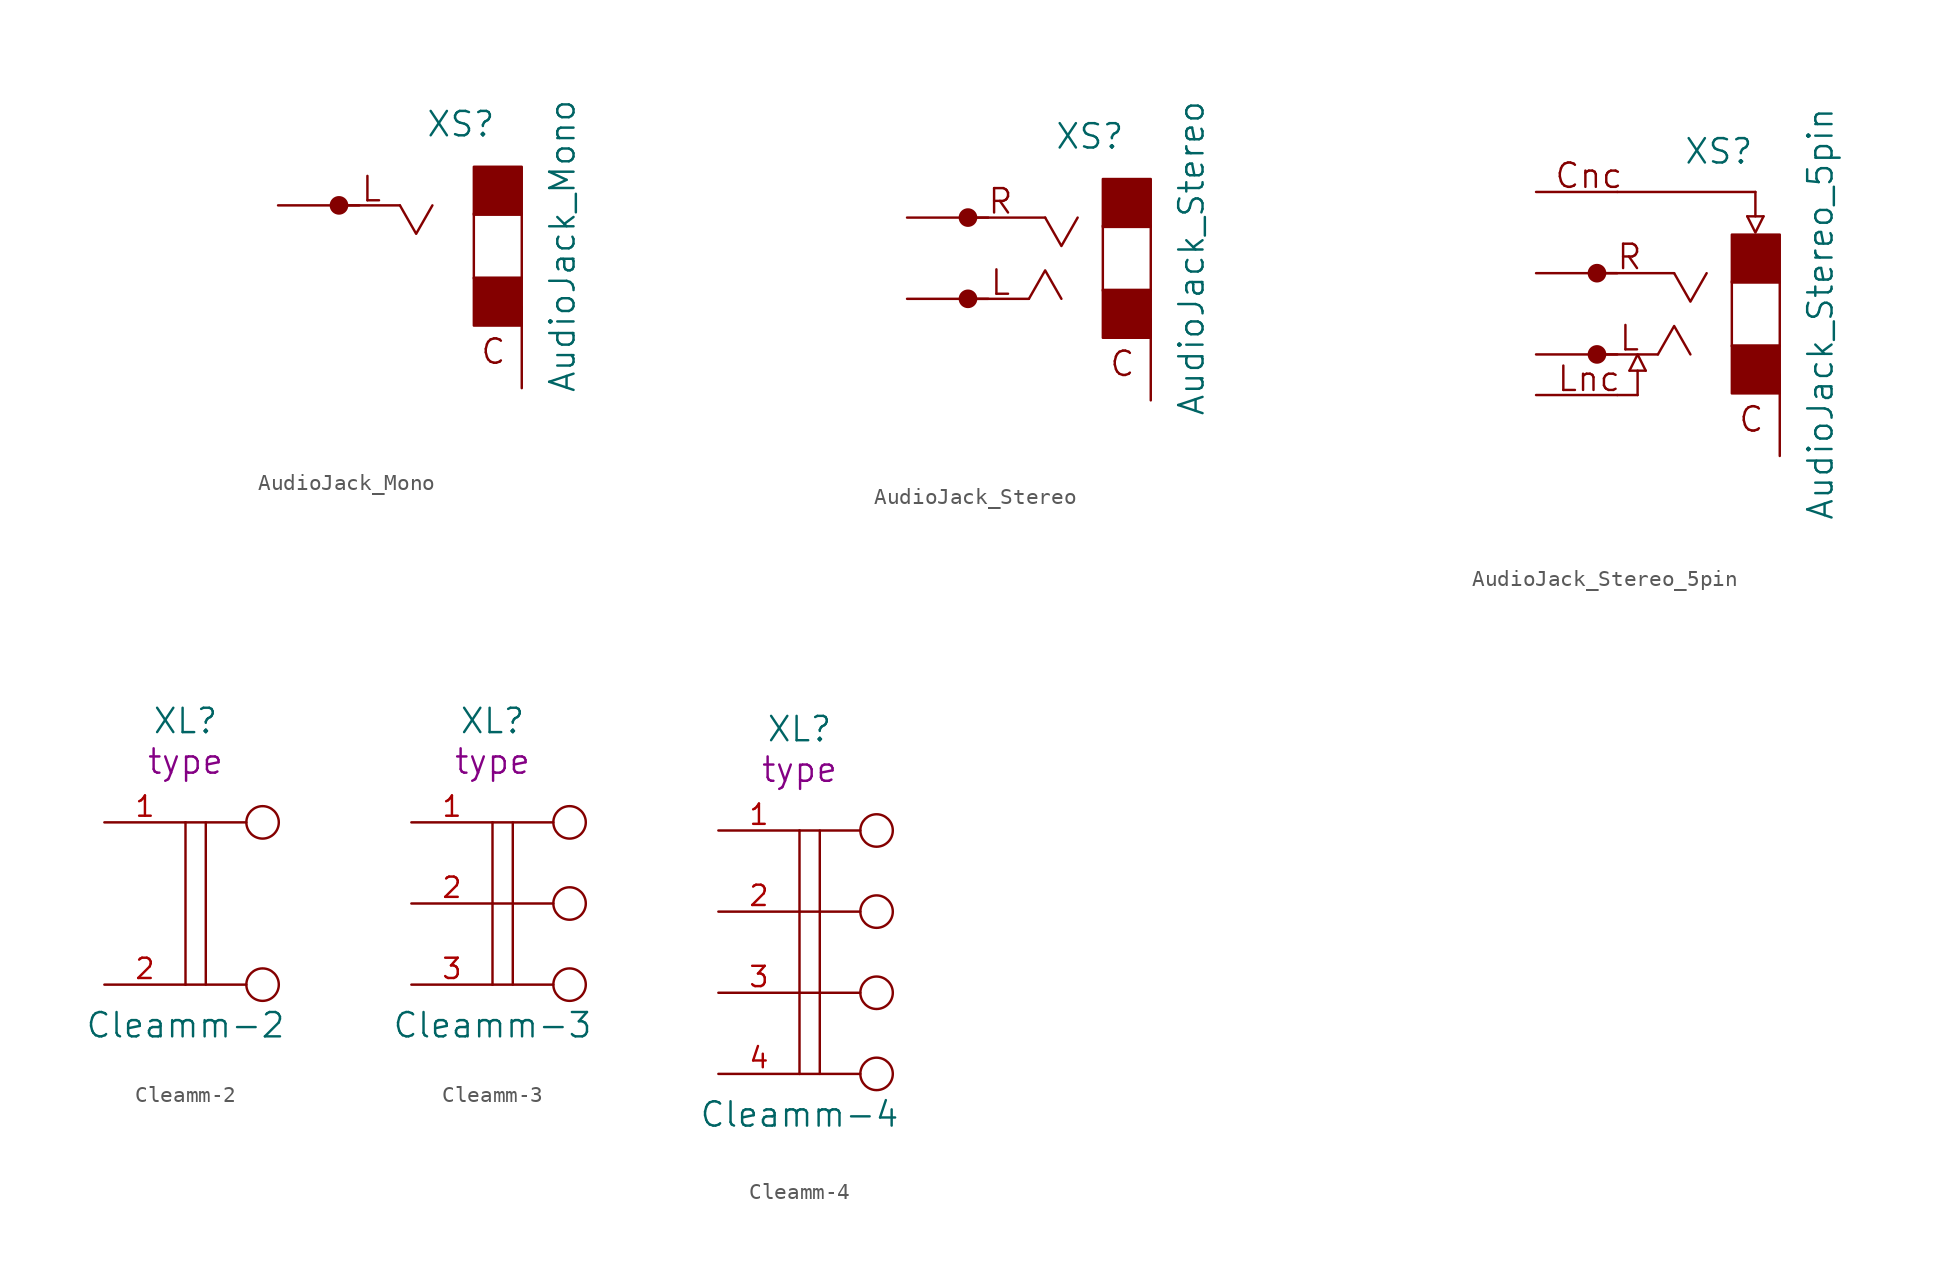
<source format=kicad_sym>
(kicad_symbol_lib
  (version 20220914)
  (generator kicad_symbol_editor)
  (symbol "AudioJack_Mono"
    (pin_numbers hide)
    (pin_names hide)
    (property "Reference" "XS"
      (at -3.81 7.62 0)
      (do_not_autoplace)
      (effects (font (size 1.524 1.524))))
    (property "Value" "AudioJack_Mono"
      (at 2.54 0 90)
      (do_not_autoplace)
      (effects (font (size 1.524 1.524))))
    (property "Datasheet" ""
      (at -25.4 -11.43 0)
      (effects (font (size 1.524 1.524))))
    (symbol "AudioJack_Mono_0_1"
      (circle (center -11.43 2.54) (radius 0.508) (stroke (width 0) (type solid)) (fill (type outline)))
      (rectangle (start -2.997 -1.981) (end 0 -4.978) (stroke (width 0) (type solid)) (fill (type outline)))
      (rectangle (start -2.997 4.953) (end 0 1.956) (stroke (width 0) (type solid)) (fill (type outline)))
      (polyline (pts (xy -7.62 2.54) (xy -11.43 2.54)) (stroke (width 0) (type solid)) (fill (type none)))
      (polyline (pts (xy -2.997 -2.032) (xy -2.997 2.032)) (stroke (width 0) (type solid)) (fill (type none)))
      (polyline (pts (xy 0 -2.032) (xy 0 2.032)) (stroke (width 0) (type solid)) (fill (type none)))
      (polyline (pts (xy -5.588 2.54) (xy -6.604 0.762) (xy -7.62 2.54)) (stroke (width 0) (type solid)) (fill (type none))))
    (symbol "AudioJack_Mono_1_0"
      (text "C" (at -1.778 -6.604 0) (effects (font (size 1.524 1.524))))
      (text "L" (at -9.398 3.556 0) (effects (font (size 1.524 1.524)))))
    (symbol "AudioJack_Mono_1_1"
      (pin passive line (at 0 -8.89 90) (length 5.08) (name "COM" (effects (font (size 1.27 1.27)))) (number "COM" (effects (font (size 1.27 1.27)))))
      (pin passive line (at -15.24 2.54 0) (length 5.08) (name "Out" (effects (font (size 1.27 1.27)))) (number "Out" (effects (font (size 1.27 1.27)))))))
  (symbol "AudioJack_Stereo"
    (pin_numbers hide)
    (pin_names hide)
    (property "Reference" "XS"
      (at -3.81 7.62 0)
      (do_not_autoplace)
      (effects (font (size 1.524 1.524))))
    (property "Value" "AudioJack_Stereo"
      (at 2.54 0 90)
      (do_not_autoplace)
      (effects (font (size 1.524 1.524))))
    (property "Datasheet" ""
      (at -25.4 -11.43 0)
      (effects (font (size 1.524 1.524))))
    (symbol "AudioJack_Stereo_0_0"
      (text "C" (at -1.778 -6.604 0) (effects (font (size 1.524 1.524))))
      (text "L" (at -9.398 -1.524 0) (effects (font (size 1.524 1.524))))
      (text "R" (at -9.398 3.556 0) (effects (font (size 1.524 1.524)))))
    (symbol "AudioJack_Stereo_0_1"
      (circle (center -11.43 -2.54) (radius 0.508) (stroke (width 0) (type solid)) (fill (type outline)))
      (circle (center -11.43 2.54) (radius 0.508) (stroke (width 0) (type solid)) (fill (type outline)))
      (rectangle (start -2.997 -1.981) (end 0 -4.978) (stroke (width 0) (type solid)) (fill (type outline)))
      (rectangle (start -2.997 4.953) (end 0 1.956) (stroke (width 0) (type solid)) (fill (type outline)))
      (polyline (pts (xy -7.62 -2.54) (xy -11.43 -2.54)) (stroke (width 0) (type solid)) (fill (type none)))
      (polyline (pts (xy -6.604 2.54) (xy -11.43 2.54)) (stroke (width 0) (type solid)) (fill (type none)))
      (polyline (pts (xy -2.997 -2.032) (xy -2.997 2.032)) (stroke (width 0) (type solid)) (fill (type none)))
      (polyline (pts (xy 0 -2.032) (xy 0 2.032)) (stroke (width 0) (type solid)) (fill (type none)))
      (polyline (pts (xy -5.588 -2.54) (xy -6.604 -0.762) (xy -7.62 -2.54)) (stroke (width 0) (type solid)) (fill (type none)))
      (polyline (pts (xy -4.572 2.54) (xy -5.588 0.762) (xy -6.604 2.54)) (stroke (width 0) (type solid)) (fill (type none))))
    (symbol "AudioJack_Stereo_1_1"
      (pin passive line (at 0 -8.89 90) (length 5.08) (name "COM" (effects (font (size 1.27 1.27)))) (number "COM" (effects (font (size 1.27 1.27)))))
      (pin passive line (at -15.24 -2.54 0) (length 5.08) (name "L" (effects (font (size 1.27 1.27)))) (number "L" (effects (font (size 1.27 1.27)))))
      (pin passive line (at -15.24 2.54 0) (length 5.08) (name "R" (effects (font (size 1.27 1.27)))) (number "R" (effects (font (size 1.27 1.27)))))))
  (symbol "AudioJack_Stereo_5pin"
    (pin_numbers hide)
    (pin_names hide)
    (property "Reference" "XS"
      (at -3.81 10.16 0)
      (do_not_autoplace)
      (effects (font (size 1.524 1.524))))
    (property "Value" "AudioJack_Stereo_5pin"
      (at 2.54 0 90)
      (do_not_autoplace)
      (effects (font (size 1.524 1.524))))
    (property "Datasheet" ""
      (at -25.4 -11.43 0)
      (effects (font (size 1.524 1.524))))
    (symbol "AudioJack_Stereo_5pin_0_0"
      (polyline (pts (xy -10.16 7.62) (xy -1.524 7.62)) (stroke (width 0) (type solid)) (fill (type none)))
      (polyline (pts (xy -8.89 -5.08) (xy -10.16 -5.08)) (stroke (width 0) (type solid)) (fill (type none)))
      (polyline (pts (xy -8.89 -3.556) (xy -8.89 -5.08)) (stroke (width 0) (type solid)) (fill (type none)))
      (polyline (pts (xy -8.382 -3.556) (xy -9.398 -3.556)) (stroke (width 0) (type solid)) (fill (type none)))
      (polyline (pts (xy -1.524 6.096) (xy -1.524 7.62)) (stroke (width 0) (type solid)) (fill (type none)))
      (polyline (pts (xy -1.016 6.096) (xy -2.032 6.096)) (stroke (width 0) (type solid)) (fill (type none)))
      (polyline (pts (xy -9.398 -3.556) (xy -8.89 -2.54) (xy -8.382 -3.556)) (stroke (width 0) (type solid)) (fill (type none)))
      (polyline (pts (xy -2.032 6.096) (xy -1.524 5.08) (xy -1.016 6.096)) (stroke (width 0) (type solid)) (fill (type none)))
      (text "C" (at -1.778 -6.604 0) (effects (font (size 1.524 1.524))))
      (text "Cnc" (at -11.938 8.636 0) (effects (font (size 1.524 1.524))))
      (text "L" (at -9.398 -1.524 0) (effects (font (size 1.524 1.524))))
      (text "Lnc" (at -11.938 -4.064 0) (effects (font (size 1.524 1.524))))
      (text "R" (at -9.398 3.556 0) (effects (font (size 1.524 1.524)))))
    (symbol "AudioJack_Stereo_5pin_0_1"
      (circle (center -11.43 -2.54) (radius 0.508) (stroke (width 0) (type solid)) (fill (type outline)))
      (circle (center -11.43 2.54) (radius 0.508) (stroke (width 0) (type solid)) (fill (type outline)))
      (rectangle (start -2.997 -1.981) (end 0 -4.978) (stroke (width 0) (type solid)) (fill (type outline)))
      (rectangle (start -2.997 4.953) (end 0 1.956) (stroke (width 0) (type solid)) (fill (type outline)))
      (polyline (pts (xy -7.62 -2.54) (xy -11.43 -2.54)) (stroke (width 0) (type solid)) (fill (type none)))
      (polyline (pts (xy -6.604 2.54) (xy -11.43 2.54)) (stroke (width 0) (type solid)) (fill (type none)))
      (polyline (pts (xy -2.997 -2.032) (xy -2.997 2.032)) (stroke (width 0) (type solid)) (fill (type none)))
      (polyline (pts (xy 0 -2.032) (xy 0 2.032)) (stroke (width 0) (type solid)) (fill (type none)))
      (polyline (pts (xy -5.588 -2.54) (xy -6.604 -0.762) (xy -7.62 -2.54)) (stroke (width 0) (type solid)) (fill (type none)))
      (polyline (pts (xy -4.572 2.54) (xy -5.588 0.762) (xy -6.604 2.54)) (stroke (width 0) (type solid)) (fill (type none))))
    (symbol "AudioJack_Stereo_5pin_1_1"
      (pin passive line (at 0 -8.89 90) (length 5.08) (name "COM" (effects (font (size 1.27 1.27)))) (number "COM" (effects (font (size 1.27 1.27)))))
      (pin passive line (at -15.24 7.62 0) (length 5.08) (name "Cnc" (effects (font (size 1.27 1.27)))) (number "Cnc" (effects (font (size 1.27 1.27)))))
      (pin passive line (at -15.24 -2.54 0) (length 5.08) (name "L" (effects (font (size 1.27 1.27)))) (number "L" (effects (font (size 1.27 1.27)))))
      (pin passive line (at -15.24 -5.08 0) (length 5.08) (name "Lnc" (effects (font (size 1.27 1.27)))) (number "Lnc" (effects (font (size 1.27 1.27)))))
      (pin passive line (at -15.24 2.54 0) (length 5.08) (name "R" (effects (font (size 1.27 1.27)))) (number "R" (effects (font (size 1.27 1.27)))))))
  (symbol "Cleamm-2"
    (pin_names
      (offset 1.016) hide)
    (property "Reference" "XL"
      (at -3.81 11.43 0)
      (do_not_autoplace)
      (effects (font (size 1.524 1.524))))
    (property "Value" "Cleamm-2"
      (at -3.81 -7.62 0)
      (do_not_autoplace)
      (effects (font (size 1.524 1.524))))
    (property "Datasheet" ""
      (at 0 -5.08 0)
      (effects (font (size 1.524 1.524))))
    (property "Type" "type"
      (at -3.81 8.89 0)
      (do_not_autoplace)
      (effects (font (size 1.524 1.524))))
    (symbol "Cleamm-2_0_1"
      (polyline (pts (xy -3.81 5.08) (xy -3.81 -5.08)) (stroke (width 0) (type solid)) (fill (type none)))
      (polyline (pts (xy -2.54 5.08) (xy -2.54 -5.08)) (stroke (width 0) (type solid)) (fill (type none)))
      (polyline (pts (xy 0 -5.08) (xy -3.81 -5.08)) (stroke (width 0) (type solid)) (fill (type none)))
      (polyline (pts (xy 0 5.08) (xy -3.81 5.08)) (stroke (width 0) (type solid)) (fill (type none)))
      (circle (center 1.016 -5.08) (radius 1.016) (stroke (width 0) (type solid)) (fill (type none)))
      (circle (center 1.016 5.08) (radius 1.016) (stroke (width 0) (type solid)) (fill (type none))))
    (symbol "Cleamm-2_1_1"
      (pin passive line (at -8.89 5.08 0) (length 5.08) (name "~" (effects (font (size 1.27 1.27)))) (number "1" (effects (font (size 1.27 1.27)))))
      (pin passive line (at -8.89 -5.08 0) (length 5.08) (name "~" (effects (font (size 1.27 1.27)))) (number "2" (effects (font (size 1.27 1.27)))))))
  (symbol "Cleamm-3"
    (pin_names
      (offset 1.016) hide)
    (property "Reference" "XL"
      (at -3.81 11.43 0)
      (do_not_autoplace)
      (effects (font (size 1.524 1.524))))
    (property "Value" "Cleamm-3"
      (at -3.81 -7.62 0)
      (do_not_autoplace)
      (effects (font (size 1.524 1.524))))
    (property "Datasheet" ""
      (at 0 -5.08 0)
      (effects (font (size 1.524 1.524))))
    (property "Type" "type"
      (at -3.81 8.89 0)
      (do_not_autoplace)
      (effects (font (size 1.524 1.524))))
    (symbol "Cleamm-3_0_1"
      (polyline (pts (xy -3.81 5.08) (xy -3.81 -5.08)) (stroke (width 0) (type solid)) (fill (type none)))
      (polyline (pts (xy -2.54 5.08) (xy -2.54 -5.08)) (stroke (width 0) (type solid)) (fill (type none)))
      (polyline (pts (xy 0 -5.08) (xy -3.81 -5.08)) (stroke (width 0) (type solid)) (fill (type none)))
      (polyline (pts (xy 0 0) (xy -3.81 0)) (stroke (width 0) (type solid)) (fill (type none)))
      (polyline (pts (xy 0 5.08) (xy -3.81 5.08)) (stroke (width 0) (type solid)) (fill (type none)))
      (circle (center 1.016 -5.08) (radius 1.016) (stroke (width 0) (type solid)) (fill (type none)))
      (circle (center 1.016 0) (radius 1.016) (stroke (width 0) (type solid)) (fill (type none)))
      (circle (center 1.016 5.08) (radius 1.016) (stroke (width 0) (type solid)) (fill (type none))))
    (symbol "Cleamm-3_1_1"
      (pin passive line (at -8.89 5.08 0) (length 5.08) (name "~" (effects (font (size 1.27 1.27)))) (number "1" (effects (font (size 1.27 1.27)))))
      (pin passive line (at -8.89 0 0) (length 5.08) (name "~" (effects (font (size 1.27 1.27)))) (number "2" (effects (font (size 1.27 1.27)))))
      (pin passive line (at -8.89 -5.08 0) (length 5.08) (name "~" (effects (font (size 1.27 1.27)))) (number "3" (effects (font (size 1.27 1.27)))))))
  (symbol "Cleamm-4"
    (pin_names
      (offset 1.016) hide)
    (property "Reference" "XL"
      (at -3.81 13.97 0)
      (do_not_autoplace)
      (effects (font (size 1.524 1.524))))
    (property "Value" "Cleamm-4"
      (at -3.81 -10.16 0)
      (do_not_autoplace)
      (effects (font (size 1.524 1.524))))
    (property "Datasheet" ""
      (at 0 -2.54 0)
      (effects (font (size 1.524 1.524))))
    (property "Type" "type"
      (at -3.81 11.43 0)
      (do_not_autoplace)
      (effects (font (size 1.524 1.524))))
    (symbol "Cleamm-4_0_1"
      (polyline (pts (xy -3.81 7.62) (xy -3.81 -7.62)) (stroke (width 0) (type solid)) (fill (type none)))
      (polyline (pts (xy -2.54 7.62) (xy -2.54 -7.62)) (stroke (width 0) (type solid)) (fill (type none)))
      (polyline (pts (xy 0 -7.62) (xy -3.81 -7.62)) (stroke (width 0) (type solid)) (fill (type none)))
      (polyline (pts (xy 0 2.54) (xy -3.81 2.54)) (stroke (width 0) (type solid)) (fill (type none)))
      (polyline (pts (xy 0 7.62) (xy -3.81 7.62)) (stroke (width 0) (type solid)) (fill (type none)))
      (polyline (pts (xy 0 -2.54) (xy -2.54 -2.54) (xy -3.81 -2.54)) (stroke (width 0) (type solid)) (fill (type none)))
      (circle (center 1.016 -7.62) (radius 1.016) (stroke (width 0) (type solid)) (fill (type none)))
      (circle (center 1.016 -2.54) (radius 1.016) (stroke (width 0) (type solid)) (fill (type none)))
      (circle (center 1.016 2.54) (radius 1.016) (stroke (width 0) (type solid)) (fill (type none)))
      (circle (center 1.016 7.62) (radius 1.016) (stroke (width 0) (type solid)) (fill (type none))))
    (symbol "Cleamm-4_1_1"
      (pin passive line (at -8.89 7.62 0) (length 5.08) (name "~" (effects (font (size 1.27 1.27)))) (number "1" (effects (font (size 1.27 1.27)))))
      (pin passive line (at -8.89 2.54 0) (length 5.08) (name "~" (effects (font (size 1.27 1.27)))) (number "2" (effects (font (size 1.27 1.27)))))
      (pin passive line (at -8.89 -2.54 0) (length 5.08) (name "~" (effects (font (size 1.27 1.27)))) (number "3" (effects (font (size 1.27 1.27)))))
      (pin passive line (at -8.89 -7.62 0) (length 5.08) (name "~" (effects (font (size 1.27 1.27)))) (number "4" (effects (font (size 1.27 1.27))))))))
</source>
